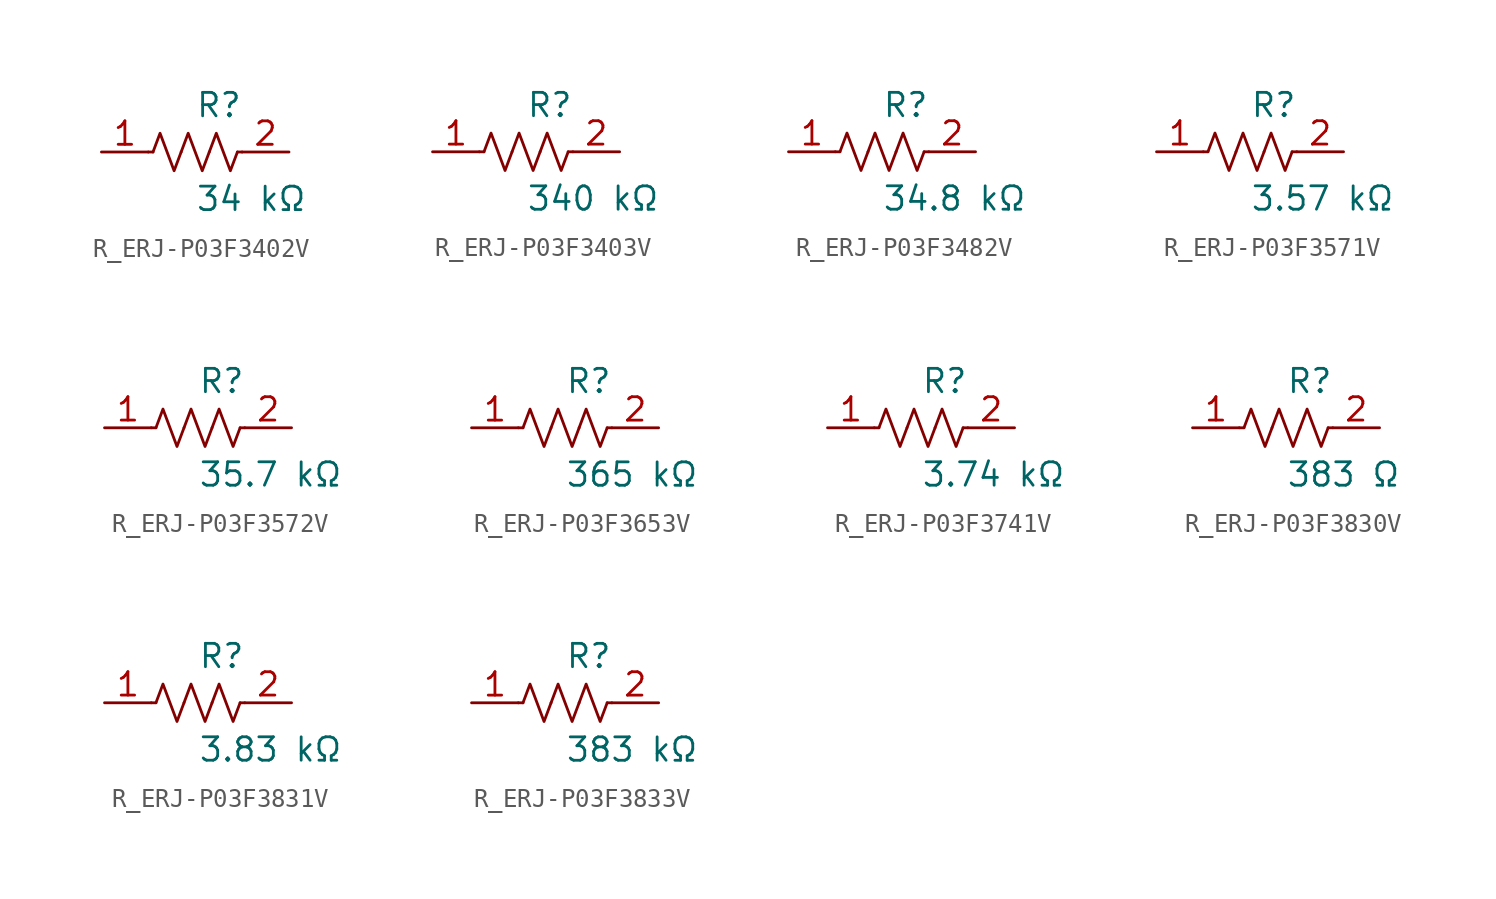
<source format=kicad_sym>
(kicad_symbol_lib
  (version 20231120)
  (generator kicad_symbol_editor)
  (generator_version 8.0)
  (symbol "R_ERJ-P03F3402V"
    (pin_names
      (offset 0.254))
    (property "Reference" "R"
      (at 0.0 2.54 0)
      (effects (font (size 1.27 1.27)) (justify left)))
    (property "Value" "34 kΩ"
      (at 0.0 -2.54 0)
      (effects (font (size 1.27 1.27)) (justify left)))
    (symbol "R_ERJ-P03F3402V_0_1"
      (polyline (pts (xy 2.286 0) (xy 2.54 0)) (stroke (width 0) (type default)) (fill (type none)))
      (polyline (pts (xy -2.286 0) (xy -2.54 0)) (stroke (width 0) (type default)) (fill (type none)))
      (polyline (pts (xy 0.762 0) (xy 1.143 1.016) (xy 1.524 0) (xy 1.905 -1.016) (xy 2.286 0)) (stroke (width 0) (type default)) (fill (type none)))
      (polyline (pts (xy -0.762 0) (xy -0.381 1.016) (xy 0 0) (xy 0.381 -1.016) (xy 0.762 0)) (stroke (width 0) (type default)) (fill (type none)))
      (polyline (pts (xy -2.286 0) (xy -1.905 1.016) (xy -1.524 0) (xy -1.143 -1.016) (xy -0.762 0)) (stroke (width 0) (type default)) (fill (type none))))
    (pin unspecified line
      (at -5.08 0 0)
      (length 2.54)
      (name "" (effects (font (size 1.27 1.27))))
      (number "1" (effects (font (size 1.27 1.27)))))
    (pin unspecified line
      (at 5.08 0 180)
      (length 2.54)
      (name "" (effects (font (size 1.27 1.27))))
      (number "2" (effects (font (size 1.27 1.27))))))
  (symbol "R_ERJ-P03F3403V"
    (pin_names
      (offset 0.254))
    (property "Reference" "R"
      (at 0.0 2.54 0)
      (effects (font (size 1.27 1.27)) (justify left)))
    (property "Value" "340 kΩ"
      (at 0.0 -2.54 0)
      (effects (font (size 1.27 1.27)) (justify left)))
    (symbol "R_ERJ-P03F3403V_0_1"
      (polyline (pts (xy 2.286 0) (xy 2.54 0)) (stroke (width 0) (type default)) (fill (type none)))
      (polyline (pts (xy -2.286 0) (xy -2.54 0)) (stroke (width 0) (type default)) (fill (type none)))
      (polyline (pts (xy 0.762 0) (xy 1.143 1.016) (xy 1.524 0) (xy 1.905 -1.016) (xy 2.286 0)) (stroke (width 0) (type default)) (fill (type none)))
      (polyline (pts (xy -0.762 0) (xy -0.381 1.016) (xy 0 0) (xy 0.381 -1.016) (xy 0.762 0)) (stroke (width 0) (type default)) (fill (type none)))
      (polyline (pts (xy -2.286 0) (xy -1.905 1.016) (xy -1.524 0) (xy -1.143 -1.016) (xy -0.762 0)) (stroke (width 0) (type default)) (fill (type none))))
    (pin unspecified line
      (at -5.08 0 0)
      (length 2.54)
      (name "" (effects (font (size 1.27 1.27))))
      (number "1" (effects (font (size 1.27 1.27)))))
    (pin unspecified line
      (at 5.08 0 180)
      (length 2.54)
      (name "" (effects (font (size 1.27 1.27))))
      (number "2" (effects (font (size 1.27 1.27))))))
  (symbol "R_ERJ-P03F3482V"
    (pin_names
      (offset 0.254))
    (property "Reference" "R"
      (at 0.0 2.54 0)
      (effects (font (size 1.27 1.27)) (justify left)))
    (property "Value" "34.8 kΩ"
      (at 0.0 -2.54 0)
      (effects (font (size 1.27 1.27)) (justify left)))
    (symbol "R_ERJ-P03F3482V_0_1"
      (polyline (pts (xy 2.286 0) (xy 2.54 0)) (stroke (width 0) (type default)) (fill (type none)))
      (polyline (pts (xy -2.286 0) (xy -2.54 0)) (stroke (width 0) (type default)) (fill (type none)))
      (polyline (pts (xy 0.762 0) (xy 1.143 1.016) (xy 1.524 0) (xy 1.905 -1.016) (xy 2.286 0)) (stroke (width 0) (type default)) (fill (type none)))
      (polyline (pts (xy -0.762 0) (xy -0.381 1.016) (xy 0 0) (xy 0.381 -1.016) (xy 0.762 0)) (stroke (width 0) (type default)) (fill (type none)))
      (polyline (pts (xy -2.286 0) (xy -1.905 1.016) (xy -1.524 0) (xy -1.143 -1.016) (xy -0.762 0)) (stroke (width 0) (type default)) (fill (type none))))
    (pin unspecified line
      (at -5.08 0 0)
      (length 2.54)
      (name "" (effects (font (size 1.27 1.27))))
      (number "1" (effects (font (size 1.27 1.27)))))
    (pin unspecified line
      (at 5.08 0 180)
      (length 2.54)
      (name "" (effects (font (size 1.27 1.27))))
      (number "2" (effects (font (size 1.27 1.27))))))
  (symbol "R_ERJ-P03F3571V"
    (pin_names
      (offset 0.254))
    (property "Reference" "R"
      (at 0.0 2.54 0)
      (effects (font (size 1.27 1.27)) (justify left)))
    (property "Value" "3.57 kΩ"
      (at 0.0 -2.54 0)
      (effects (font (size 1.27 1.27)) (justify left)))
    (symbol "R_ERJ-P03F3571V_0_1"
      (polyline (pts (xy 2.286 0) (xy 2.54 0)) (stroke (width 0) (type default)) (fill (type none)))
      (polyline (pts (xy -2.286 0) (xy -2.54 0)) (stroke (width 0) (type default)) (fill (type none)))
      (polyline (pts (xy 0.762 0) (xy 1.143 1.016) (xy 1.524 0) (xy 1.905 -1.016) (xy 2.286 0)) (stroke (width 0) (type default)) (fill (type none)))
      (polyline (pts (xy -0.762 0) (xy -0.381 1.016) (xy 0 0) (xy 0.381 -1.016) (xy 0.762 0)) (stroke (width 0) (type default)) (fill (type none)))
      (polyline (pts (xy -2.286 0) (xy -1.905 1.016) (xy -1.524 0) (xy -1.143 -1.016) (xy -0.762 0)) (stroke (width 0) (type default)) (fill (type none))))
    (pin unspecified line
      (at -5.08 0 0)
      (length 2.54)
      (name "" (effects (font (size 1.27 1.27))))
      (number "1" (effects (font (size 1.27 1.27)))))
    (pin unspecified line
      (at 5.08 0 180)
      (length 2.54)
      (name "" (effects (font (size 1.27 1.27))))
      (number "2" (effects (font (size 1.27 1.27))))))
  (symbol "R_ERJ-P03F3572V"
    (pin_names
      (offset 0.254))
    (property "Reference" "R"
      (at 0.0 2.54 0)
      (effects (font (size 1.27 1.27)) (justify left)))
    (property "Value" "35.7 kΩ"
      (at 0.0 -2.54 0)
      (effects (font (size 1.27 1.27)) (justify left)))
    (symbol "R_ERJ-P03F3572V_0_1"
      (polyline (pts (xy 2.286 0) (xy 2.54 0)) (stroke (width 0) (type default)) (fill (type none)))
      (polyline (pts (xy -2.286 0) (xy -2.54 0)) (stroke (width 0) (type default)) (fill (type none)))
      (polyline (pts (xy 0.762 0) (xy 1.143 1.016) (xy 1.524 0) (xy 1.905 -1.016) (xy 2.286 0)) (stroke (width 0) (type default)) (fill (type none)))
      (polyline (pts (xy -0.762 0) (xy -0.381 1.016) (xy 0 0) (xy 0.381 -1.016) (xy 0.762 0)) (stroke (width 0) (type default)) (fill (type none)))
      (polyline (pts (xy -2.286 0) (xy -1.905 1.016) (xy -1.524 0) (xy -1.143 -1.016) (xy -0.762 0)) (stroke (width 0) (type default)) (fill (type none))))
    (pin unspecified line
      (at -5.08 0 0)
      (length 2.54)
      (name "" (effects (font (size 1.27 1.27))))
      (number "1" (effects (font (size 1.27 1.27)))))
    (pin unspecified line
      (at 5.08 0 180)
      (length 2.54)
      (name "" (effects (font (size 1.27 1.27))))
      (number "2" (effects (font (size 1.27 1.27))))))
  (symbol "R_ERJ-P03F3653V"
    (pin_names
      (offset 0.254))
    (property "Reference" "R"
      (at 0.0 2.54 0)
      (effects (font (size 1.27 1.27)) (justify left)))
    (property "Value" "365 kΩ"
      (at 0.0 -2.54 0)
      (effects (font (size 1.27 1.27)) (justify left)))
    (symbol "R_ERJ-P03F3653V_0_1"
      (polyline (pts (xy 2.286 0) (xy 2.54 0)) (stroke (width 0) (type default)) (fill (type none)))
      (polyline (pts (xy -2.286 0) (xy -2.54 0)) (stroke (width 0) (type default)) (fill (type none)))
      (polyline (pts (xy 0.762 0) (xy 1.143 1.016) (xy 1.524 0) (xy 1.905 -1.016) (xy 2.286 0)) (stroke (width 0) (type default)) (fill (type none)))
      (polyline (pts (xy -0.762 0) (xy -0.381 1.016) (xy 0 0) (xy 0.381 -1.016) (xy 0.762 0)) (stroke (width 0) (type default)) (fill (type none)))
      (polyline (pts (xy -2.286 0) (xy -1.905 1.016) (xy -1.524 0) (xy -1.143 -1.016) (xy -0.762 0)) (stroke (width 0) (type default)) (fill (type none))))
    (pin unspecified line
      (at -5.08 0 0)
      (length 2.54)
      (name "" (effects (font (size 1.27 1.27))))
      (number "1" (effects (font (size 1.27 1.27)))))
    (pin unspecified line
      (at 5.08 0 180)
      (length 2.54)
      (name "" (effects (font (size 1.27 1.27))))
      (number "2" (effects (font (size 1.27 1.27))))))
  (symbol "R_ERJ-P03F3741V"
    (pin_names
      (offset 0.254))
    (property "Reference" "R"
      (at 0.0 2.54 0)
      (effects (font (size 1.27 1.27)) (justify left)))
    (property "Value" "3.74 kΩ"
      (at 0.0 -2.54 0)
      (effects (font (size 1.27 1.27)) (justify left)))
    (symbol "R_ERJ-P03F3741V_0_1"
      (polyline (pts (xy 2.286 0) (xy 2.54 0)) (stroke (width 0) (type default)) (fill (type none)))
      (polyline (pts (xy -2.286 0) (xy -2.54 0)) (stroke (width 0) (type default)) (fill (type none)))
      (polyline (pts (xy 0.762 0) (xy 1.143 1.016) (xy 1.524 0) (xy 1.905 -1.016) (xy 2.286 0)) (stroke (width 0) (type default)) (fill (type none)))
      (polyline (pts (xy -0.762 0) (xy -0.381 1.016) (xy 0 0) (xy 0.381 -1.016) (xy 0.762 0)) (stroke (width 0) (type default)) (fill (type none)))
      (polyline (pts (xy -2.286 0) (xy -1.905 1.016) (xy -1.524 0) (xy -1.143 -1.016) (xy -0.762 0)) (stroke (width 0) (type default)) (fill (type none))))
    (pin unspecified line
      (at -5.08 0 0)
      (length 2.54)
      (name "" (effects (font (size 1.27 1.27))))
      (number "1" (effects (font (size 1.27 1.27)))))
    (pin unspecified line
      (at 5.08 0 180)
      (length 2.54)
      (name "" (effects (font (size 1.27 1.27))))
      (number "2" (effects (font (size 1.27 1.27))))))
  (symbol "R_ERJ-P03F3830V"
    (pin_names
      (offset 0.254))
    (property "Reference" "R"
      (at 0.0 2.54 0)
      (effects (font (size 1.27 1.27)) (justify left)))
    (property "Value" "383 Ω"
      (at 0.0 -2.54 0)
      (effects (font (size 1.27 1.27)) (justify left)))
    (symbol "R_ERJ-P03F3830V_0_1"
      (polyline (pts (xy 2.286 0) (xy 2.54 0)) (stroke (width 0) (type default)) (fill (type none)))
      (polyline (pts (xy -2.286 0) (xy -2.54 0)) (stroke (width 0) (type default)) (fill (type none)))
      (polyline (pts (xy 0.762 0) (xy 1.143 1.016) (xy 1.524 0) (xy 1.905 -1.016) (xy 2.286 0)) (stroke (width 0) (type default)) (fill (type none)))
      (polyline (pts (xy -0.762 0) (xy -0.381 1.016) (xy 0 0) (xy 0.381 -1.016) (xy 0.762 0)) (stroke (width 0) (type default)) (fill (type none)))
      (polyline (pts (xy -2.286 0) (xy -1.905 1.016) (xy -1.524 0) (xy -1.143 -1.016) (xy -0.762 0)) (stroke (width 0) (type default)) (fill (type none))))
    (pin unspecified line
      (at -5.08 0 0)
      (length 2.54)
      (name "" (effects (font (size 1.27 1.27))))
      (number "1" (effects (font (size 1.27 1.27)))))
    (pin unspecified line
      (at 5.08 0 180)
      (length 2.54)
      (name "" (effects (font (size 1.27 1.27))))
      (number "2" (effects (font (size 1.27 1.27))))))
  (symbol "R_ERJ-P03F3831V"
    (pin_names
      (offset 0.254))
    (property "Reference" "R"
      (at 0.0 2.54 0)
      (effects (font (size 1.27 1.27)) (justify left)))
    (property "Value" "3.83 kΩ"
      (at 0.0 -2.54 0)
      (effects (font (size 1.27 1.27)) (justify left)))
    (symbol "R_ERJ-P03F3831V_0_1"
      (polyline (pts (xy 2.286 0) (xy 2.54 0)) (stroke (width 0) (type default)) (fill (type none)))
      (polyline (pts (xy -2.286 0) (xy -2.54 0)) (stroke (width 0) (type default)) (fill (type none)))
      (polyline (pts (xy 0.762 0) (xy 1.143 1.016) (xy 1.524 0) (xy 1.905 -1.016) (xy 2.286 0)) (stroke (width 0) (type default)) (fill (type none)))
      (polyline (pts (xy -0.762 0) (xy -0.381 1.016) (xy 0 0) (xy 0.381 -1.016) (xy 0.762 0)) (stroke (width 0) (type default)) (fill (type none)))
      (polyline (pts (xy -2.286 0) (xy -1.905 1.016) (xy -1.524 0) (xy -1.143 -1.016) (xy -0.762 0)) (stroke (width 0) (type default)) (fill (type none))))
    (pin unspecified line
      (at -5.08 0 0)
      (length 2.54)
      (name "" (effects (font (size 1.27 1.27))))
      (number "1" (effects (font (size 1.27 1.27)))))
    (pin unspecified line
      (at 5.08 0 180)
      (length 2.54)
      (name "" (effects (font (size 1.27 1.27))))
      (number "2" (effects (font (size 1.27 1.27))))))
  (symbol "R_ERJ-P03F3833V"
    (pin_names
      (offset 0.254))
    (property "Reference" "R"
      (at 0.0 2.54 0)
      (effects (font (size 1.27 1.27)) (justify left)))
    (property "Value" "383 kΩ"
      (at 0.0 -2.54 0)
      (effects (font (size 1.27 1.27)) (justify left)))
    (symbol "R_ERJ-P03F3833V_0_1"
      (polyline (pts (xy 2.286 0) (xy 2.54 0)) (stroke (width 0) (type default)) (fill (type none)))
      (polyline (pts (xy -2.286 0) (xy -2.54 0)) (stroke (width 0) (type default)) (fill (type none)))
      (polyline (pts (xy 0.762 0) (xy 1.143 1.016) (xy 1.524 0) (xy 1.905 -1.016) (xy 2.286 0)) (stroke (width 0) (type default)) (fill (type none)))
      (polyline (pts (xy -0.762 0) (xy -0.381 1.016) (xy 0 0) (xy 0.381 -1.016) (xy 0.762 0)) (stroke (width 0) (type default)) (fill (type none)))
      (polyline (pts (xy -2.286 0) (xy -1.905 1.016) (xy -1.524 0) (xy -1.143 -1.016) (xy -0.762 0)) (stroke (width 0) (type default)) (fill (type none))))
    (pin unspecified line
      (at -5.08 0 0)
      (length 2.54)
      (name "" (effects (font (size 1.27 1.27))))
      (number "1" (effects (font (size 1.27 1.27)))))
    (pin unspecified line
      (at 5.08 0 180)
      (length 2.54)
      (name "" (effects (font (size 1.27 1.27))))
      (number "2" (effects (font (size 1.27 1.27)))))))
</source>
